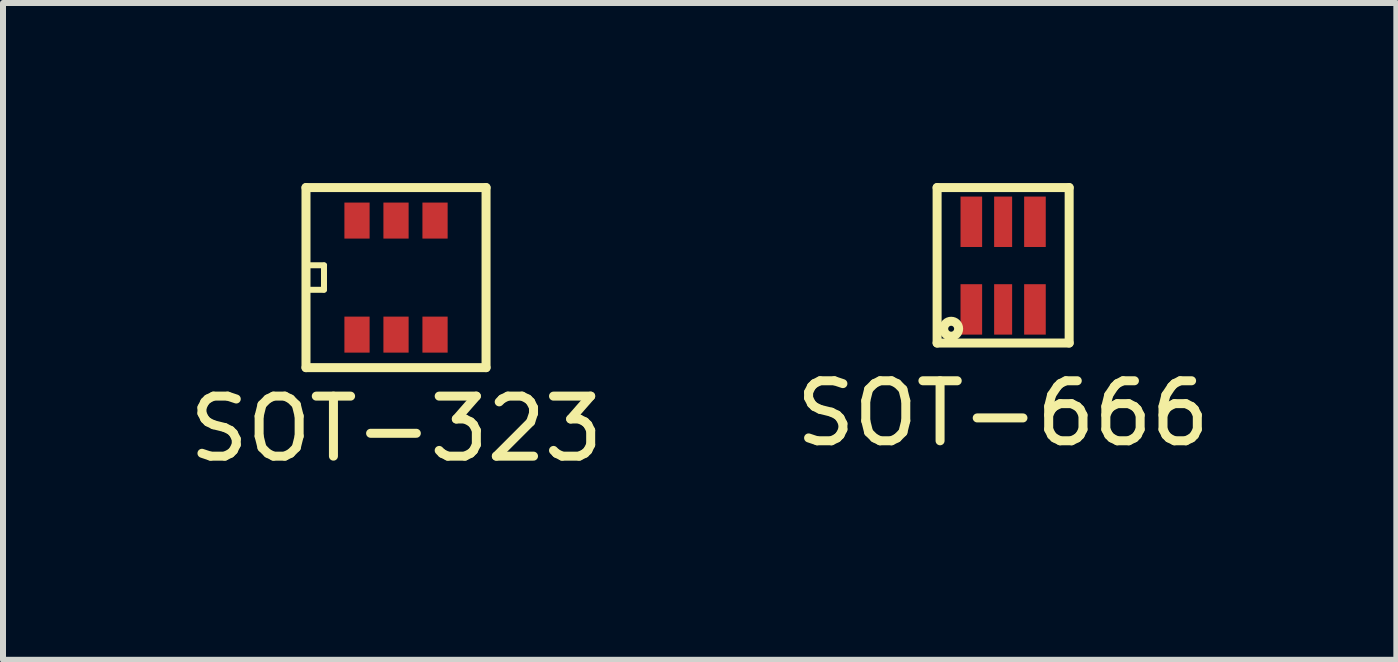
<source format=kicad_pcb>
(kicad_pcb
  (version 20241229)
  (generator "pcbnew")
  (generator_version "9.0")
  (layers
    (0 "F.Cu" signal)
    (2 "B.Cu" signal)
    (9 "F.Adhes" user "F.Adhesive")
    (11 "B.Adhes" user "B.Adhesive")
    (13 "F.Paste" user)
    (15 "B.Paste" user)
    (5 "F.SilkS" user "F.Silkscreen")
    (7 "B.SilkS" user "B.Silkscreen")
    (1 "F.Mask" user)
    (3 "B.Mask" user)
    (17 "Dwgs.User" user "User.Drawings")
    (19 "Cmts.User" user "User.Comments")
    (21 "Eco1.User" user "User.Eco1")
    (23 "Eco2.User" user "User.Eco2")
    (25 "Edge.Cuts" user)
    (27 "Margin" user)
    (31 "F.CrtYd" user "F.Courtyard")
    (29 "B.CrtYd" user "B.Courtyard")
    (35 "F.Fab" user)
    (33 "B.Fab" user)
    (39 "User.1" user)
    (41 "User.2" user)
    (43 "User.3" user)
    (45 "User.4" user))
  (footprint "SOT-323"
    (layer "F.Cu")
    (at 3.548 1.575)
    (property "Reference" "SOT-323" (at 0.005 2.52 0) (layer "F.SilkS") (effects (font (size 1 1) (thickness 0.15))))
    (attr through_hole)
    (fp_line (start -1.5 -1.5) (end -1.5 1.5) (stroke (width 0.15) (type solid)) (layer "F.SilkS"))
    (fp_line (start -1.5 -1.5) (end 1.5 -1.5) (stroke (width 0.15) (type solid)) (layer "F.SilkS"))
    (fp_line (start -1.201 0.203) (end -1.499 0.203) (stroke (width 0.1) (type solid)) (layer "F.SilkS"))
    (fp_line (start -1.2 -0.2) (end -1.2 0.2) (stroke (width 0.1) (type solid)) (layer "F.SilkS"))
    (fp_line (start -1.199 -0.206) (end -1.499 -0.206) (stroke (width 0.1) (type solid)) (layer "F.SilkS"))
    (fp_line (start 1.5 -1.5) (end 1.5 1.5) (stroke (width 0.15) (type solid)) (layer "F.SilkS"))
    (fp_line (start 1.5 1.5) (end -1.5 1.5) (stroke (width 0.15) (type solid)) (layer "F.SilkS"))
    (pad "1" smd rect (at -0.65 0.95) (size 0.42 0.6) (layers "F.Cu" "F.Mask" "F.Paste"))
    (pad "2" smd rect (at -0.65 -0.95) (size 0.42 0.6) (layers "F.Cu" "F.Mask" "F.Paste"))
    (pad "3" smd rect (at 0 0.95) (size 0.42 0.6) (layers "F.Cu" "F.Mask" "F.Paste"))
    (pad "4" smd rect (at 0 -0.95) (size 0.42 0.6) (layers "F.Cu" "F.Mask" "F.Paste"))
    (pad "5" smd rect (at 0.65 -0.95) (size 0.42 0.6) (layers "F.Cu" "F.Mask" "F.Paste"))
    (pad "5" smd rect (at 0.65 0.95) (size 0.42 0.6) (layers "F.Cu" "F.Mask" "F.Paste")))
  (footprint "SOT-666"
    (layer "F.Cu")
    (at 13.663 1.375)
    (property "Reference" "SOT-666" (at -0.003 2.464 0) (layer "F.SilkS") (effects (font (size 1 1) (thickness 0.15))))
    (attr through_hole)
    (fp_line (start -1.1 -1.3) (end 1.1 -1.3) (stroke (width 0.15) (type solid)) (layer "F.SilkS"))
    (fp_line (start -1.1 1.29) (end -1.1 -1.3) (stroke (width 0.15) (type solid)) (layer "F.SilkS"))
    (fp_line (start 1.1 -1.3) (end 1.1 1.29) (stroke (width 0.15) (type solid)) (layer "F.SilkS"))
    (fp_line (start 1.1 1.29) (end -1.1 1.29) (stroke (width 0.15) (type solid)) (layer "F.SilkS"))
    (fp_circle (center -0.866 1.052) (end -0.838 1.011) (stroke (width 0.15) (type solid)) (fill no) (layer "F.SilkS"))
    (pad "1" smd rect (at -0.53 0.73) (size 0.36 0.84) (layers "F.Cu" "F.Mask" "F.Paste"))
    (pad "2" smd rect (at -0.53 -0.73) (size 0.36 0.84) (layers "F.Cu" "F.Mask" "F.Paste"))
    (pad "3" smd rect (at 0 0.73) (size 0.3 0.84) (layers "F.Cu" "F.Mask" "F.Paste"))
    (pad "4" smd rect (at 0 -0.73) (size 0.3 0.84) (layers "F.Cu" "F.Mask" "F.Paste"))
    (pad "5" smd rect (at 0.53 0.73) (size 0.36 0.84) (layers "F.Cu" "F.Mask" "F.Paste"))
    (pad "6" smd rect (at 0.53 -0.73) (size 0.36 0.84) (layers "F.Cu" "F.Mask" "F.Paste")))
  (gr_rect
    (start -3 -3)
    (end 20.214 7.943)
    (stroke (width 0.1) (type default))
    (fill no)
    (layer "Edge.Cuts")))
</source>
